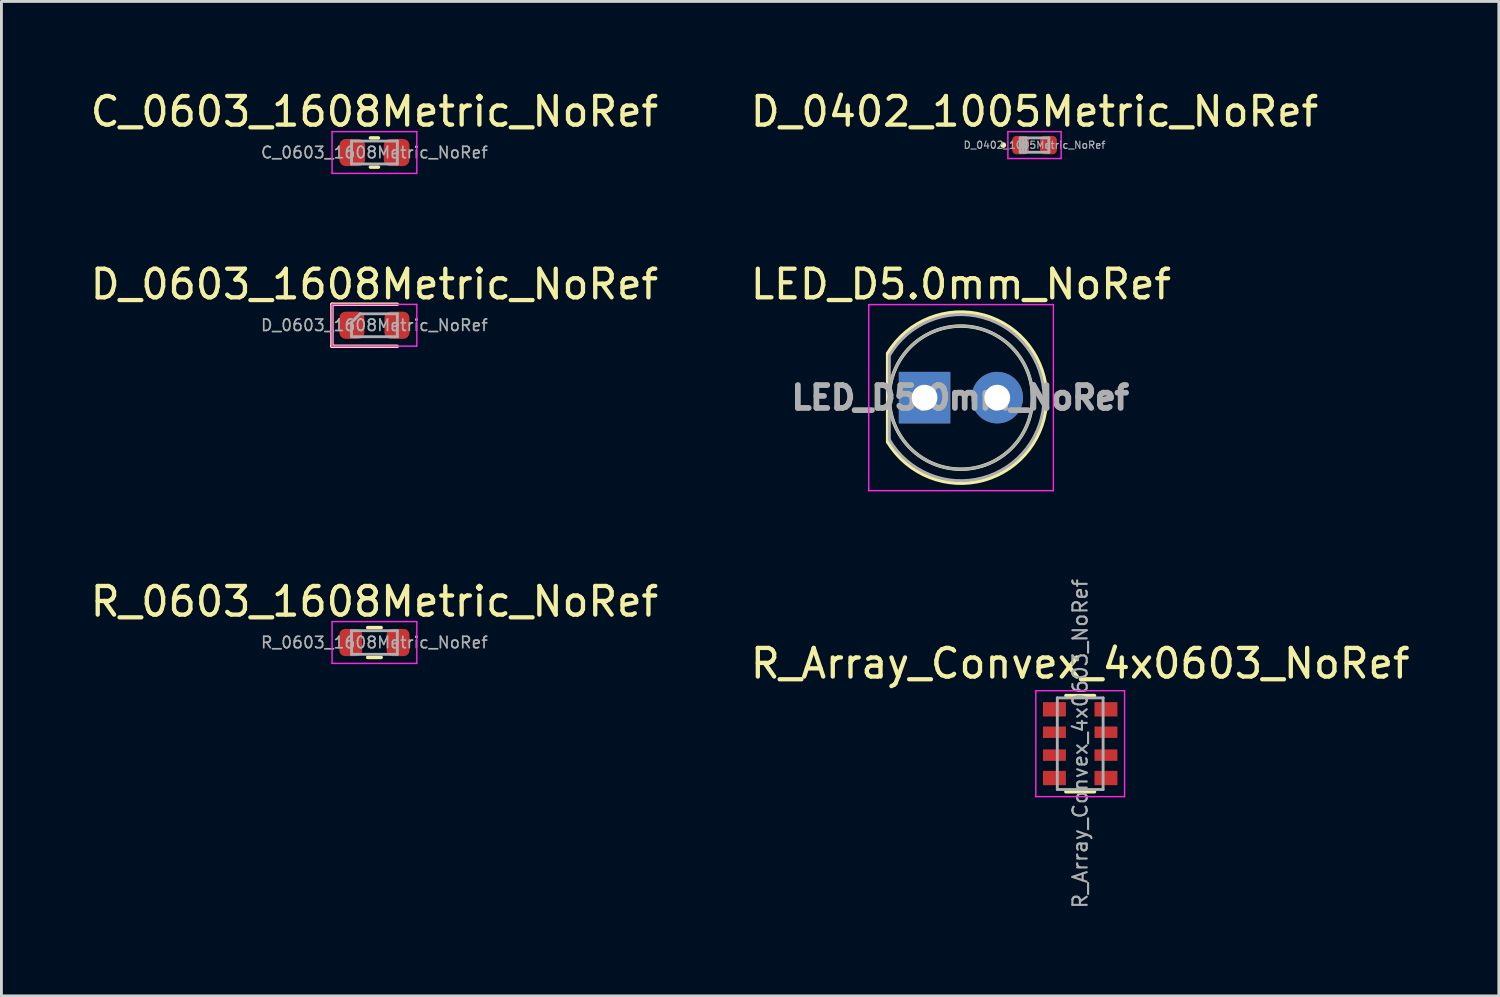
<source format=kicad_pcb>
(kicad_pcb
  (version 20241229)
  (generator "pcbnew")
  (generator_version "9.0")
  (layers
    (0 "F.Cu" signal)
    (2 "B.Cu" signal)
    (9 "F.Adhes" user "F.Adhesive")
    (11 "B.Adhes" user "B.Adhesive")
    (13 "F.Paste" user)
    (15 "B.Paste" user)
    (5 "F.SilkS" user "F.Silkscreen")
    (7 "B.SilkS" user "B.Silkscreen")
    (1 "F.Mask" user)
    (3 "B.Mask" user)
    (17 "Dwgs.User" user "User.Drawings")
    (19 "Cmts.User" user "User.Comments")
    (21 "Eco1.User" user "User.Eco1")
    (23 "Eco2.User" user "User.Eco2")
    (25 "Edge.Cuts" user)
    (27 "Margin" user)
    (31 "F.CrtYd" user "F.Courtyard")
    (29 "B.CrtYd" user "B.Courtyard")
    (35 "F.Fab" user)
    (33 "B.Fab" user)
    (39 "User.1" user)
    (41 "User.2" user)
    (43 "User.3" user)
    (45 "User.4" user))
  (footprint "R_Array_Convex_4x0603_NoRef"
    (layer "F.Cu")
    (at 34.685 22.929)
    (property "Reference" "R_Array_Convex_4x0603_NoRef" (at 0 -2.8 0) (layer "F.SilkS") (effects (font (size 1 1) (thickness 0.15))))
    (attr smd)
    (fp_line (start 0.5 -1.68) (end -0.5 -1.68) (stroke (width 0.12) (type solid)) (layer "F.SilkS"))
    (fp_line (start 0.5 1.68) (end -0.5 1.68) (stroke (width 0.12) (type solid)) (layer "F.SilkS"))
    (fp_line (start -1.55 -1.85) (end -1.55 1.85) (stroke (width 0.05) (type solid)) (layer "F.CrtYd"))
    (fp_line (start -1.55 -1.85) (end 1.55 -1.85) (stroke (width 0.05) (type solid)) (layer "F.CrtYd"))
    (fp_line (start 1.55 1.85) (end -1.55 1.85) (stroke (width 0.05) (type solid)) (layer "F.CrtYd"))
    (fp_line (start 1.55 1.85) (end 1.55 -1.85) (stroke (width 0.05) (type solid)) (layer "F.CrtYd"))
    (fp_line (start -0.8 -1.6) (end 0.8 -1.6) (stroke (width 0.1) (type solid)) (layer "F.Fab"))
    (fp_line (start -0.8 1.6) (end -0.8 -1.6) (stroke (width 0.1) (type solid)) (layer "F.Fab"))
    (fp_line (start 0.8 -1.6) (end 0.8 1.6) (stroke (width 0.1) (type solid)) (layer "F.Fab"))
    (fp_line (start 0.8 1.6) (end -0.8 1.6) (stroke (width 0.1) (type solid)) (layer "F.Fab"))
    (fp_text user "${REFERENCE}" (at 0 0 90) (layer "F.Fab") (effects (font (size 0.5 0.5) (thickness 0.075))))
    (pad "1" smd rect (at -0.9 -1.2) (size 0.8 0.5) (layers "F.Cu" "F.Mask" "F.Paste"))
    (pad "2" smd rect (at -0.9 -0.4) (size 0.8 0.4) (layers "F.Cu" "F.Mask" "F.Paste"))
    (pad "3" smd rect (at -0.9 0.4) (size 0.8 0.4) (layers "F.Cu" "F.Mask" "F.Paste"))
    (pad "4" smd rect (at -0.9 1.2) (size 0.8 0.5) (layers "F.Cu" "F.Mask" "F.Paste"))
    (pad "5" smd rect (at 0.9 1.2) (size 0.8 0.5) (layers "F.Cu" "F.Mask" "F.Paste"))
    (pad "6" smd rect (at 0.9 0.4) (size 0.8 0.4) (layers "F.Cu" "F.Mask" "F.Paste"))
    (pad "7" smd rect (at 0.9 -0.4) (size 0.8 0.4) (layers "F.Cu" "F.Mask" "F.Paste"))
    (pad "8" smd rect (at 0.9 -1.2) (size 0.8 0.5) (layers "F.Cu" "F.Mask" "F.Paste")))
  (footprint "D_0402_1005Metric_NoRef"
    (layer "F.Cu")
    (at 33.089 2.018)
    (property "Reference" "D_0402_1005Metric_NoRef" (at 0 -1.17 0) (layer "F.SilkS") (effects (font (size 1 1) (thickness 0.15))))
    (attr smd)
    (fp_circle (center -1.09 0) (end -1.04 0) (stroke (width 0.1) (type solid)) (fill no) (layer "F.SilkS"))
    (fp_line (start -0.93 -0.47) (end 0.93 -0.47) (stroke (width 0.05) (type solid)) (layer "F.CrtYd"))
    (fp_line (start -0.93 0.47) (end -0.93 -0.47) (stroke (width 0.05) (type solid)) (layer "F.CrtYd"))
    (fp_line (start 0.93 -0.47) (end 0.93 0.47) (stroke (width 0.05) (type solid)) (layer "F.CrtYd"))
    (fp_line (start 0.93 0.47) (end -0.93 0.47) (stroke (width 0.05) (type solid)) (layer "F.CrtYd"))
    (fp_line (start -0.5 -0.25) (end 0.5 -0.25) (stroke (width 0.1) (type solid)) (layer "F.Fab"))
    (fp_line (start -0.5 0.25) (end -0.5 -0.25) (stroke (width 0.1) (type solid)) (layer "F.Fab"))
    (fp_line (start -0.4 0.25) (end -0.4 -0.25) (stroke (width 0.1) (type solid)) (layer "F.Fab"))
    (fp_line (start -0.3 0.25) (end -0.3 -0.25) (stroke (width 0.1) (type solid)) (layer "F.Fab"))
    (fp_line (start 0.5 -0.25) (end 0.5 0.25) (stroke (width 0.1) (type solid)) (layer "F.Fab"))
    (fp_line (start 0.5 0.25) (end -0.5 0.25) (stroke (width 0.1) (type solid)) (layer "F.Fab"))
    (fp_text user "${REFERENCE}" (at 0 0 0) (layer "F.Fab") (effects (font (size 0.25 0.25) (thickness 0.04))))
    (pad "1" smd roundrect (at -0.485 0) (size 0.59 0.64) (layers "F.Cu" "F.Mask" "F.Paste") (roundrect_rratio 0.25))
    (pad "2" smd roundrect (at 0.485 0) (size 0.59 0.64) (layers "F.Cu" "F.Mask" "F.Paste") (roundrect_rratio 0.25)))
  (footprint "D_0603_1608Metric_NoRef"
    (layer "F.Cu")
    (at 10.03 8.312)
    (property "Reference" "D_0603_1608Metric_NoRef" (at 0 -1.43 0) (layer "F.SilkS") (effects (font (size 1 1) (thickness 0.15))))
    (attr smd)
    (fp_line (start -1.485 -0.735) (end -1.485 0.735) (stroke (width 0.12) (type solid)) (layer "F.SilkS"))
    (fp_line (start -1.485 0.735) (end 0.8 0.735) (stroke (width 0.12) (type solid)) (layer "F.SilkS"))
    (fp_line (start 0.8 -0.735) (end -1.485 -0.735) (stroke (width 0.12) (type solid)) (layer "F.SilkS"))
    (fp_line (start -1.48 -0.73) (end 1.48 -0.73) (stroke (width 0.05) (type solid)) (layer "F.CrtYd"))
    (fp_line (start -1.48 0.73) (end -1.48 -0.73) (stroke (width 0.05) (type solid)) (layer "F.CrtYd"))
    (fp_line (start 1.48 -0.73) (end 1.48 0.73) (stroke (width 0.05) (type solid)) (layer "F.CrtYd"))
    (fp_line (start 1.48 0.73) (end -1.48 0.73) (stroke (width 0.05) (type solid)) (layer "F.CrtYd"))
    (fp_line (start -0.8 -0.1) (end -0.8 0.4) (stroke (width 0.1) (type solid)) (layer "F.Fab"))
    (fp_line (start -0.8 0.4) (end 0.8 0.4) (stroke (width 0.1) (type solid)) (layer "F.Fab"))
    (fp_line (start -0.5 -0.4) (end -0.8 -0.1) (stroke (width 0.1) (type solid)) (layer "F.Fab"))
    (fp_line (start 0.8 -0.4) (end -0.5 -0.4) (stroke (width 0.1) (type solid)) (layer "F.Fab"))
    (fp_line (start 0.8 0.4) (end 0.8 -0.4) (stroke (width 0.1) (type solid)) (layer "F.Fab"))
    (fp_text user "${REFERENCE}" (at 0 0 0) (layer "F.Fab") (effects (font (size 0.4 0.4) (thickness 0.06))))
    (pad "1" smd roundrect (at -0.787 0) (size 0.875 0.95) (layers "F.Cu" "F.Mask" "F.Paste") (roundrect_rratio 0.25))
    (pad "2" smd roundrect (at 0.787 0) (size 0.875 0.95) (layers "F.Cu" "F.Mask" "F.Paste") (roundrect_rratio 0.25)))
  (footprint "LED_D5.0mm_NoRef"
    (layer "F.Cu")
    (at 29.248 10.841)
    (property "Reference" "LED_D5.0mm_NoRef" (at 1.27 -3.96 0) (layer "F.SilkS") (effects (font (size 1 1) (thickness 0.15))))
    (attr through_hole)
    (fp_line (start -1.29 -1.545) (end -1.29 1.545) (stroke (width 0.12) (type solid)) (layer "F.SilkS"))
    (fp_arc (start -1.29 -1.54483) (mid 2.072002 -2.880433) (end 4.26 0.000462) (stroke (width 0.12) (type solid)) (layer "F.SilkS"))
    (fp_arc (start 4.26 -0.000462) (mid 2.072002 2.880433) (end -1.29 1.54483) (stroke (width 0.12) (type solid)) (layer "F.SilkS"))
    (fp_circle (center 1.27 0) (end 3.77 0) (stroke (width 0.12) (type solid)) (fill no) (layer "F.SilkS"))
    (fp_line (start -1.95 -3.25) (end -1.95 3.25) (stroke (width 0.05) (type solid)) (layer "F.CrtYd"))
    (fp_line (start -1.95 3.25) (end 4.5 3.25) (stroke (width 0.05) (type solid)) (layer "F.CrtYd"))
    (fp_line (start 4.5 -3.25) (end -1.95 -3.25) (stroke (width 0.05) (type solid)) (layer "F.CrtYd"))
    (fp_line (start 4.5 3.25) (end 4.5 -3.25) (stroke (width 0.05) (type solid)) (layer "F.CrtYd"))
    (fp_line (start -1.23 -1.47) (end -1.23 1.47) (stroke (width 0.1) (type solid)) (layer "F.Fab"))
    (fp_arc (start -1.23 -1.469694) (mid 4.17 0.000016) (end -1.230016 1.469666) (stroke (width 0.1) (type solid)) (layer "F.Fab"))
    (fp_circle (center 1.27 0) (end 3.77 0) (stroke (width 0.1) (type solid)) (fill no) (layer "F.Fab"))
    (fp_text user "${REFERENCE}" (at 1.25 0 0) (layer "F.Fab") (effects (font (size 0.8 0.8) (thickness 0.2))))
    (pad "1" thru_hole rect (at 0 0) (size 1.8 1.8) (drill 0.9) (layers "*.Cu" "*.Mask"))
    (pad "2" thru_hole circle (at 2.54 0) (size 1.8 1.8) (drill 0.9) (layers "*.Cu" "*.Mask")))
  (footprint "C_0603_1608Metric_NoRef"
    (layer "F.Cu")
    (at 10.03 2.278)
    (property "Reference" "C_0603_1608Metric_NoRef" (at 0 -1.43 0) (layer "F.SilkS") (effects (font (size 1 1) (thickness 0.15))))
    (attr smd)
    (fp_line (start -0.141 -0.51) (end 0.141 -0.51) (stroke (width 0.12) (type solid)) (layer "F.SilkS"))
    (fp_line (start -0.141 0.51) (end 0.141 0.51) (stroke (width 0.12) (type solid)) (layer "F.SilkS"))
    (fp_line (start -1.48 -0.73) (end 1.48 -0.73) (stroke (width 0.05) (type solid)) (layer "F.CrtYd"))
    (fp_line (start -1.48 0.73) (end -1.48 -0.73) (stroke (width 0.05) (type solid)) (layer "F.CrtYd"))
    (fp_line (start 1.48 -0.73) (end 1.48 0.73) (stroke (width 0.05) (type solid)) (layer "F.CrtYd"))
    (fp_line (start 1.48 0.73) (end -1.48 0.73) (stroke (width 0.05) (type solid)) (layer "F.CrtYd"))
    (fp_line (start -0.8 -0.4) (end 0.8 -0.4) (stroke (width 0.1) (type solid)) (layer "F.Fab"))
    (fp_line (start -0.8 0.4) (end -0.8 -0.4) (stroke (width 0.1) (type solid)) (layer "F.Fab"))
    (fp_line (start 0.8 -0.4) (end 0.8 0.4) (stroke (width 0.1) (type solid)) (layer "F.Fab"))
    (fp_line (start 0.8 0.4) (end -0.8 0.4) (stroke (width 0.1) (type solid)) (layer "F.Fab"))
    (fp_text user "${REFERENCE}" (at 0 0 0) (layer "F.Fab") (effects (font (size 0.4 0.4) (thickness 0.06))))
    (pad "1" smd roundrect (at -0.775 0) (size 0.9 0.95) (layers "F.Cu" "F.Mask" "F.Paste") (roundrect_rratio 0.25))
    (pad "2" smd roundrect (at 0.775 0) (size 0.9 0.95) (layers "F.Cu" "F.Mask" "F.Paste") (roundrect_rratio 0.25)))
  (footprint "R_0603_1608Metric_NoRef"
    (layer "F.Cu")
    (at 10.03 19.395)
    (property "Reference" "R_0603_1608Metric_NoRef" (at 0 -1.43 0) (layer "F.SilkS") (effects (font (size 1 1) (thickness 0.15))))
    (attr smd)
    (fp_line (start -0.237 -0.522) (end 0.237 -0.522) (stroke (width 0.12) (type solid)) (layer "F.SilkS"))
    (fp_line (start -0.237 0.522) (end 0.237 0.522) (stroke (width 0.12) (type solid)) (layer "F.SilkS"))
    (fp_line (start -1.48 -0.73) (end 1.48 -0.73) (stroke (width 0.05) (type solid)) (layer "F.CrtYd"))
    (fp_line (start -1.48 0.73) (end -1.48 -0.73) (stroke (width 0.05) (type solid)) (layer "F.CrtYd"))
    (fp_line (start 1.48 -0.73) (end 1.48 0.73) (stroke (width 0.05) (type solid)) (layer "F.CrtYd"))
    (fp_line (start 1.48 0.73) (end -1.48 0.73) (stroke (width 0.05) (type solid)) (layer "F.CrtYd"))
    (fp_line (start -0.8 -0.412) (end 0.8 -0.412) (stroke (width 0.1) (type solid)) (layer "F.Fab"))
    (fp_line (start -0.8 0.412) (end -0.8 -0.412) (stroke (width 0.1) (type solid)) (layer "F.Fab"))
    (fp_line (start 0.8 -0.412) (end 0.8 0.412) (stroke (width 0.1) (type solid)) (layer "F.Fab"))
    (fp_line (start 0.8 0.412) (end -0.8 0.412) (stroke (width 0.1) (type solid)) (layer "F.Fab"))
    (fp_text user "${REFERENCE}" (at 0 0 0) (layer "F.Fab") (effects (font (size 0.4 0.4) (thickness 0.06))))
    (pad "1" smd roundrect (at -0.825 0) (size 0.8 0.95) (layers "F.Cu" "F.Mask" "F.Paste") (roundrect_rratio 0.25))
    (pad "2" smd roundrect (at 0.825 0) (size 0.8 0.95) (layers "F.Cu" "F.Mask" "F.Paste") (roundrect_rratio 0.25)))
  (gr_rect
    (start -3 -3)
    (end 49.31 31.741)
    (stroke (width 0.1) (type default))
    (fill no)
    (layer "Edge.Cuts")))
</source>
